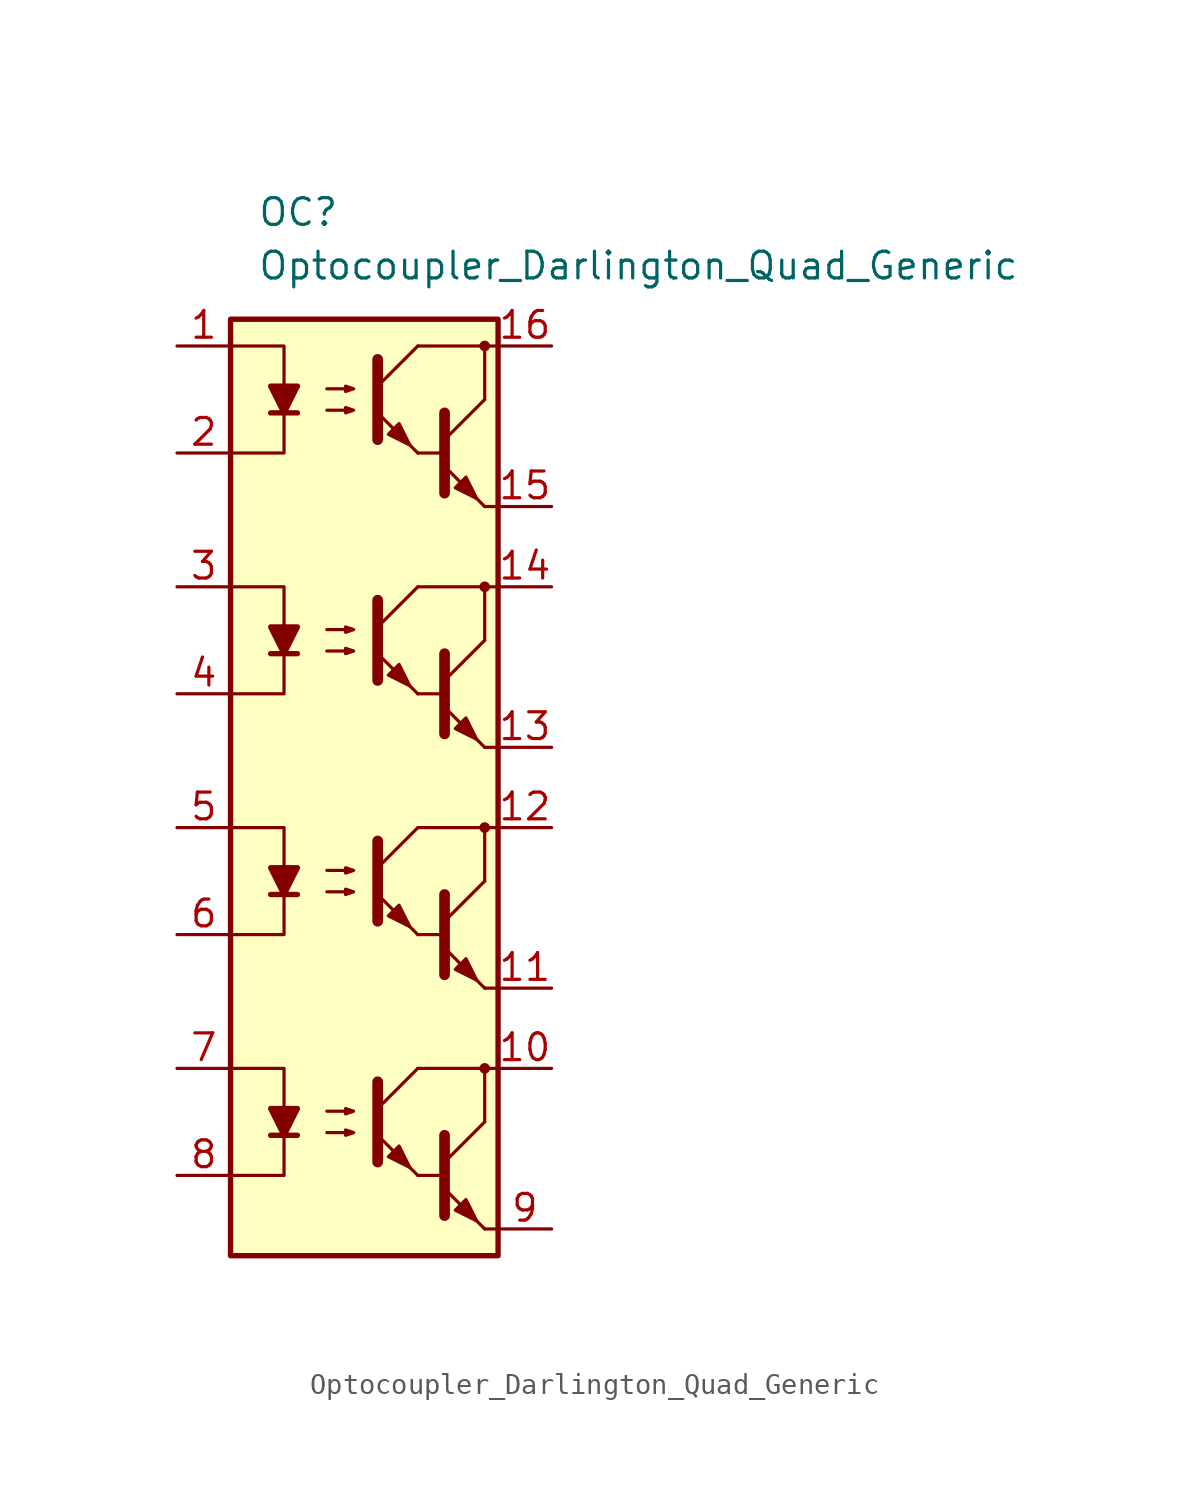
<source format=kicad_sym>
(kicad_symbol_lib
  (version 20231120)
  (generator "kicad_symbol_editor")
  (generator_version "8.0")
  (symbol "Optocoupler_Darlington_Quad_Generic"
    (pin_names
      (offset 1.016))
    (property "Reference" "OC"
      (at -5.08 26.67 0)
      (effects (font (size 1.27 1.27)) (justify left)))
    (property "Value" "Optocoupler_Darlington_Quad_Generic"
      (at -5.08 24.13 0)
      (effects (font (size 1.27 1.27)) (justify left)))
    (symbol "Optocoupler_Darlington_Quad_Generic_0_1"
      (rectangle (start -6.35 21.59) (end 6.35 -22.86) (stroke (width 0.254) (type default)) (fill (type background)))
      (polyline (pts (xy -4.445 17.145) (xy -3.175 17.145)) (stroke (width 0.254) (type default)) (fill (type none)))
      (polyline (pts (xy 2.54 15.24) (xy 3.81 15.24)) (stroke (width 0) (type default)) (fill (type none)))
      (polyline (pts (xy 3.81 15.875) (xy 5.715 17.78)) (stroke (width 0) (type default)) (fill (type none)))
      (polyline (pts (xy 5.715 12.7) (xy 3.81 14.605)) (stroke (width 0) (type default)) (fill (type outline)))
      (polyline (pts (xy 5.715 12.7) (xy 6.35 12.7)) (stroke (width 0) (type default)) (fill (type none)))
      (polyline (pts (xy 5.715 17.78) (xy 5.715 20.32)) (stroke (width 0) (type default)) (fill (type none)))
      (polyline (pts (xy 6.35 20.32) (xy 2.54 20.32)) (stroke (width 0) (type default)) (fill (type none)))
      (polyline (pts (xy -6.35 20.32) (xy -3.81 20.32) (xy -3.81 17.145)) (stroke (width 0) (type default)) (fill (type none)))
      (polyline (pts (xy -3.81 17.145) (xy -3.81 15.24) (xy -6.35 15.24)) (stroke (width 0) (type default)) (fill (type none)))
      (polyline (pts (xy 3.81 17.145) (xy 3.81 13.335) (xy 3.81 13.335)) (stroke (width 0.508) (type default)) (fill (type none)))
      (polyline (pts (xy -3.81 17.145) (xy -4.445 18.415) (xy -3.175 18.415) (xy -3.81 17.145)) (stroke (width 0.254) (type default)) (fill (type outline)))
      (polyline (pts (xy -1.778 17.272) (xy -0.508 17.272) (xy -0.889 17.145) (xy -0.889 17.399) (xy -0.508 17.272)) (stroke (width 0) (type default)) (fill (type none)))
      (polyline (pts (xy -1.778 18.288) (xy -0.508 18.288) (xy -0.889 18.161) (xy -0.889 18.415) (xy -0.508 18.288)) (stroke (width 0) (type default)) (fill (type none)))
      (polyline (pts (xy 4.318 13.589) (xy 4.826 14.097) (xy 5.334 13.081) (xy 4.318 13.589) (xy 4.318 13.589)) (stroke (width 0) (type default)) (fill (type outline)))
      (circle (center 5.715 20.32) (radius 0.178) (stroke (width 0) (type default)) (fill (type outline))))
    (symbol "Optocoupler_Darlington_Quad_Generic_1_1"
      (polyline (pts (xy -4.445 -17.145) (xy -3.175 -17.145)) (stroke (width 0.254) (type default)) (fill (type none)))
      (polyline (pts (xy -4.445 -5.715) (xy -3.175 -5.715)) (stroke (width 0.254) (type default)) (fill (type none)))
      (polyline (pts (xy -4.445 5.715) (xy -3.175 5.715)) (stroke (width 0.254) (type default)) (fill (type none)))
      (polyline (pts (xy 0.635 -15.875) (xy 2.54 -13.97)) (stroke (width 0) (type default)) (fill (type none)))
      (polyline (pts (xy 0.635 -4.445) (xy 2.54 -2.54)) (stroke (width 0) (type default)) (fill (type none)))
      (polyline (pts (xy 0.635 6.985) (xy 2.54 8.89)) (stroke (width 0) (type default)) (fill (type none)))
      (polyline (pts (xy 0.635 18.415) (xy 2.54 20.32)) (stroke (width 0) (type default)) (fill (type none)))
      (polyline (pts (xy 2.54 -19.05) (xy 0.635 -17.145)) (stroke (width 0) (type default)) (fill (type outline)))
      (polyline (pts (xy 2.54 -19.05) (xy 3.81 -19.05)) (stroke (width 0) (type default)) (fill (type none)))
      (polyline (pts (xy 2.54 -7.62) (xy 0.635 -5.715)) (stroke (width 0) (type default)) (fill (type outline)))
      (polyline (pts (xy 2.54 -7.62) (xy 3.81 -7.62)) (stroke (width 0) (type default)) (fill (type none)))
      (polyline (pts (xy 2.54 3.81) (xy 0.635 5.715)) (stroke (width 0) (type default)) (fill (type outline)))
      (polyline (pts (xy 2.54 3.81) (xy 3.81 3.81)) (stroke (width 0) (type default)) (fill (type none)))
      (polyline (pts (xy 2.54 15.24) (xy 0.635 17.145)) (stroke (width 0) (type default)) (fill (type outline)))
      (polyline (pts (xy 3.81 -18.415) (xy 5.715 -16.51)) (stroke (width 0) (type default)) (fill (type none)))
      (polyline (pts (xy 3.81 -6.985) (xy 5.715 -5.08)) (stroke (width 0) (type default)) (fill (type none)))
      (polyline (pts (xy 3.81 4.445) (xy 5.715 6.35)) (stroke (width 0) (type default)) (fill (type none)))
      (polyline (pts (xy 5.715 -21.59) (xy 3.81 -19.685)) (stroke (width 0) (type default)) (fill (type outline)))
      (polyline (pts (xy 5.715 -21.59) (xy 6.35 -21.59)) (stroke (width 0) (type default)) (fill (type none)))
      (polyline (pts (xy 5.715 -16.51) (xy 5.715 -13.97)) (stroke (width 0) (type default)) (fill (type none)))
      (polyline (pts (xy 5.715 -10.16) (xy 3.81 -8.255)) (stroke (width 0) (type default)) (fill (type outline)))
      (polyline (pts (xy 5.715 -10.16) (xy 6.35 -10.16)) (stroke (width 0) (type default)) (fill (type none)))
      (polyline (pts (xy 5.715 -5.08) (xy 5.715 -2.54)) (stroke (width 0) (type default)) (fill (type none)))
      (polyline (pts (xy 5.715 1.27) (xy 3.81 3.175)) (stroke (width 0) (type default)) (fill (type outline)))
      (polyline (pts (xy 5.715 1.27) (xy 6.35 1.27)) (stroke (width 0) (type default)) (fill (type none)))
      (polyline (pts (xy 5.715 6.35) (xy 5.715 8.89)) (stroke (width 0) (type default)) (fill (type none)))
      (polyline (pts (xy 6.35 -13.97) (xy 2.54 -13.97)) (stroke (width 0) (type default)) (fill (type none)))
      (polyline (pts (xy 6.35 -2.54) (xy 2.54 -2.54)) (stroke (width 0) (type default)) (fill (type none)))
      (polyline (pts (xy 6.35 8.89) (xy 2.54 8.89)) (stroke (width 0) (type default)) (fill (type none)))
      (polyline (pts (xy -6.35 -13.97) (xy -3.81 -13.97) (xy -3.81 -17.145)) (stroke (width 0) (type default)) (fill (type none)))
      (polyline (pts (xy -6.35 -2.54) (xy -3.81 -2.54) (xy -3.81 -5.715)) (stroke (width 0) (type default)) (fill (type none)))
      (polyline (pts (xy -6.35 8.89) (xy -3.81 8.89) (xy -3.81 5.715)) (stroke (width 0) (type default)) (fill (type none)))
      (polyline (pts (xy -3.81 -17.145) (xy -3.81 -19.05) (xy -6.35 -19.05)) (stroke (width 0) (type default)) (fill (type none)))
      (polyline (pts (xy -3.81 -5.715) (xy -3.81 -7.62) (xy -6.35 -7.62)) (stroke (width 0) (type default)) (fill (type none)))
      (polyline (pts (xy -3.81 5.715) (xy -3.81 3.81) (xy -6.35 3.81)) (stroke (width 0) (type default)) (fill (type none)))
      (polyline (pts (xy 0.635 -14.605) (xy 0.635 -18.415) (xy 0.635 -18.415)) (stroke (width 0.508) (type default)) (fill (type none)))
      (polyline (pts (xy 0.635 -3.175) (xy 0.635 -6.985) (xy 0.635 -6.985)) (stroke (width 0.508) (type default)) (fill (type none)))
      (polyline (pts (xy 0.635 8.255) (xy 0.635 4.445) (xy 0.635 4.445)) (stroke (width 0.508) (type default)) (fill (type none)))
      (polyline (pts (xy 0.635 19.685) (xy 0.635 15.875) (xy 0.635 15.875)) (stroke (width 0.508) (type default)) (fill (type none)))
      (polyline (pts (xy 3.81 -17.145) (xy 3.81 -20.955) (xy 3.81 -20.955)) (stroke (width 0.508) (type default)) (fill (type none)))
      (polyline (pts (xy 3.81 -5.715) (xy 3.81 -9.525) (xy 3.81 -9.525)) (stroke (width 0.508) (type default)) (fill (type none)))
      (polyline (pts (xy 3.81 5.715) (xy 3.81 1.905) (xy 3.81 1.905)) (stroke (width 0.508) (type default)) (fill (type none)))
      (polyline (pts (xy -3.81 -17.145) (xy -4.445 -15.875) (xy -3.175 -15.875) (xy -3.81 -17.145)) (stroke (width 0.254) (type default)) (fill (type outline)))
      (polyline (pts (xy -3.81 -5.715) (xy -4.445 -4.445) (xy -3.175 -4.445) (xy -3.81 -5.715)) (stroke (width 0.254) (type default)) (fill (type outline)))
      (polyline (pts (xy -3.81 5.715) (xy -4.445 6.985) (xy -3.175 6.985) (xy -3.81 5.715)) (stroke (width 0.254) (type default)) (fill (type outline)))
      (polyline (pts (xy -1.778 -17.018) (xy -0.508 -17.018) (xy -0.889 -17.145) (xy -0.889 -16.891) (xy -0.508 -17.018)) (stroke (width 0) (type default)) (fill (type none)))
      (polyline (pts (xy -1.778 -16.002) (xy -0.508 -16.002) (xy -0.889 -16.129) (xy -0.889 -15.875) (xy -0.508 -16.002)) (stroke (width 0) (type default)) (fill (type none)))
      (polyline (pts (xy -1.778 -5.588) (xy -0.508 -5.588) (xy -0.889 -5.715) (xy -0.889 -5.461) (xy -0.508 -5.588)) (stroke (width 0) (type default)) (fill (type none)))
      (polyline (pts (xy -1.778 -4.572) (xy -0.508 -4.572) (xy -0.889 -4.699) (xy -0.889 -4.445) (xy -0.508 -4.572)) (stroke (width 0) (type default)) (fill (type none)))
      (polyline (pts (xy -1.778 5.842) (xy -0.508 5.842) (xy -0.889 5.715) (xy -0.889 5.969) (xy -0.508 5.842)) (stroke (width 0) (type default)) (fill (type none)))
      (polyline (pts (xy -1.778 6.858) (xy -0.508 6.858) (xy -0.889 6.731) (xy -0.889 6.985) (xy -0.508 6.858)) (stroke (width 0) (type default)) (fill (type none)))
      (polyline (pts (xy 1.143 -18.161) (xy 1.651 -17.653) (xy 2.159 -18.669) (xy 1.143 -18.161) (xy 1.143 -18.161)) (stroke (width 0) (type default)) (fill (type outline)))
      (polyline (pts (xy 1.143 -6.731) (xy 1.651 -6.223) (xy 2.159 -7.239) (xy 1.143 -6.731) (xy 1.143 -6.731)) (stroke (width 0) (type default)) (fill (type outline)))
      (polyline (pts (xy 1.143 4.699) (xy 1.651 5.207) (xy 2.159 4.191) (xy 1.143 4.699) (xy 1.143 4.699)) (stroke (width 0) (type default)) (fill (type outline)))
      (polyline (pts (xy 1.143 16.129) (xy 1.651 16.637) (xy 2.159 15.621) (xy 1.143 16.129) (xy 1.143 16.129)) (stroke (width 0) (type default)) (fill (type outline)))
      (polyline (pts (xy 4.318 -20.701) (xy 4.826 -20.193) (xy 5.334 -21.209) (xy 4.318 -20.701) (xy 4.318 -20.701)) (stroke (width 0) (type default)) (fill (type outline)))
      (polyline (pts (xy 4.318 -9.271) (xy 4.826 -8.763) (xy 5.334 -9.779) (xy 4.318 -9.271) (xy 4.318 -9.271)) (stroke (width 0) (type default)) (fill (type outline)))
      (polyline (pts (xy 4.318 2.159) (xy 4.826 2.667) (xy 5.334 1.651) (xy 4.318 2.159) (xy 4.318 2.159)) (stroke (width 0) (type default)) (fill (type outline)))
      (circle (center 5.715 -13.97) (radius 0.178) (stroke (width 0) (type default)) (fill (type outline)))
      (circle (center 5.715 -2.54) (radius 0.178) (stroke (width 0) (type default)) (fill (type outline)))
      (circle (center 5.715 8.89) (radius 0.178) (stroke (width 0) (type default)) (fill (type outline)))
      (pin passive line (at -8.89 20.32 0) (length 2.54) (name "~" (effects (font (size 1.27 1.27)))) (number "1" (effects (font (size 1.27 1.27)))))
      (pin passive line (at 8.89 -13.97 180) (length 2.54) (name "~" (effects (font (size 1.27 1.27)))) (number "10" (effects (font (size 1.27 1.27)))))
      (pin passive line (at 8.89 -10.16 180) (length 2.54) (name "~" (effects (font (size 1.27 1.27)))) (number "11" (effects (font (size 1.27 1.27)))))
      (pin passive line (at 8.89 -2.54 180) (length 2.54) (name "~" (effects (font (size 1.27 1.27)))) (number "12" (effects (font (size 1.27 1.27)))))
      (pin passive line (at 8.89 1.27 180) (length 2.54) (name "~" (effects (font (size 1.27 1.27)))) (number "13" (effects (font (size 1.27 1.27)))))
      (pin passive line (at 8.89 8.89 180) (length 2.54) (name "~" (effects (font (size 1.27 1.27)))) (number "14" (effects (font (size 1.27 1.27)))))
      (pin passive line (at 8.89 12.7 180) (length 2.54) (name "~" (effects (font (size 1.27 1.27)))) (number "15" (effects (font (size 1.27 1.27)))))
      (pin passive line (at 8.89 20.32 180) (length 2.54) (name "~" (effects (font (size 1.27 1.27)))) (number "16" (effects (font (size 1.27 1.27)))))
      (pin passive line (at -8.89 15.24 0) (length 2.54) (name "~" (effects (font (size 1.27 1.27)))) (number "2" (effects (font (size 1.27 1.27)))))
      (pin passive line (at -8.89 8.89 0) (length 2.54) (name "~" (effects (font (size 1.27 1.27)))) (number "3" (effects (font (size 1.27 1.27)))))
      (pin passive line (at -8.89 3.81 0) (length 2.54) (name "~" (effects (font (size 1.27 1.27)))) (number "4" (effects (font (size 1.27 1.27)))))
      (pin passive line (at -8.89 -2.54 0) (length 2.54) (name "~" (effects (font (size 1.27 1.27)))) (number "5" (effects (font (size 1.27 1.27)))))
      (pin passive line (at -8.89 -7.62 0) (length 2.54) (name "~" (effects (font (size 1.27 1.27)))) (number "6" (effects (font (size 1.27 1.27)))))
      (pin passive line (at -8.89 -13.97 0) (length 2.54) (name "~" (effects (font (size 1.27 1.27)))) (number "7" (effects (font (size 1.27 1.27)))))
      (pin passive line (at -8.89 -19.05 0) (length 2.54) (name "~" (effects (font (size 1.27 1.27)))) (number "8" (effects (font (size 1.27 1.27)))))
      (pin passive line (at 8.89 -21.59 180) (length 2.54) (name "~" (effects (font (size 1.27 1.27)))) (number "9" (effects (font (size 1.27 1.27))))))))
</source>
